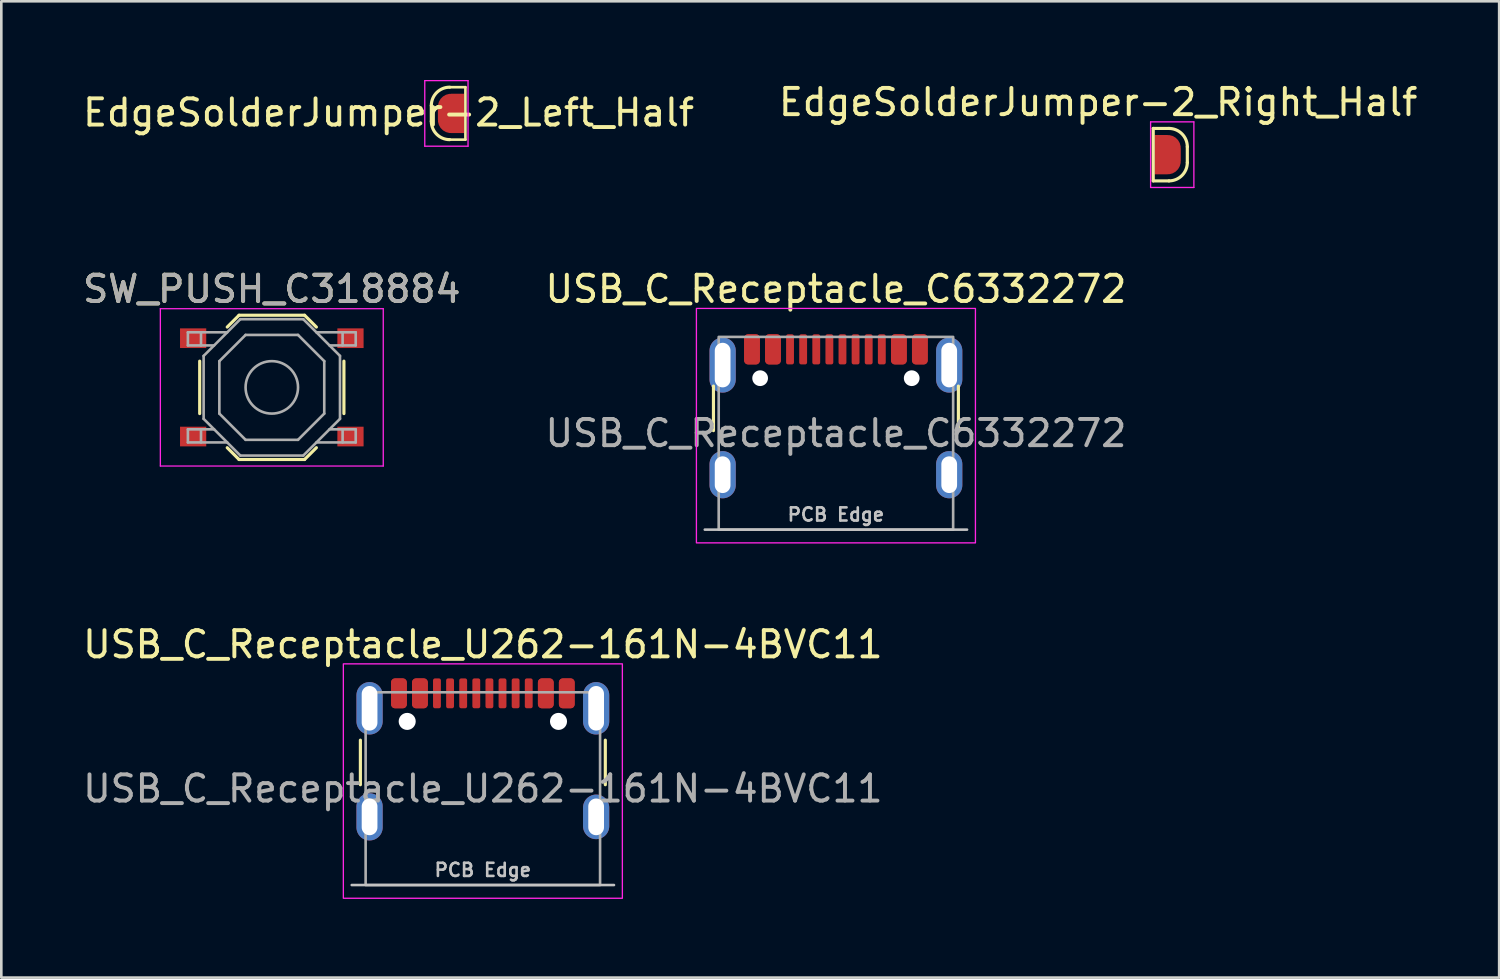
<source format=kicad_pcb>
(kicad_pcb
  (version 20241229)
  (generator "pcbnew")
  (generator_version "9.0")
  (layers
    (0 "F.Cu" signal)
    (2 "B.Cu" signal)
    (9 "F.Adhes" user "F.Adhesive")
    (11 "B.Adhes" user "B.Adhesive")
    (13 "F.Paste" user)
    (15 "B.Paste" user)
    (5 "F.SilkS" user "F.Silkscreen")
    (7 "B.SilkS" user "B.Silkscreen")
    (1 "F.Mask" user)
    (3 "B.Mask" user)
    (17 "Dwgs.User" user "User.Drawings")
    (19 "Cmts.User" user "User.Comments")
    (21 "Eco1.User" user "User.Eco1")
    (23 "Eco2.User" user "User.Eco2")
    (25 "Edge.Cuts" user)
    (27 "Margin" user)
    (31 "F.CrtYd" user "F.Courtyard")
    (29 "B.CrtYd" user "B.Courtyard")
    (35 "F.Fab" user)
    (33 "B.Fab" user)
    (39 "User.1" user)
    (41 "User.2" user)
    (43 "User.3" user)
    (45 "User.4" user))
  (footprint "USB_C_Receptacle_U262-161N-4BVC11"
    (layer "F.Cu")
    (at 15.363 27.025)
    (property "Reference" "USB_C_Receptacle_U262-161N-4BVC11" (at 0 -5.5 0) (unlocked yes) (layer "F.SilkS") (effects (font (size 1 1) (thickness 0.15))))
    (attr smd)
    (fp_line (start -4.67 -0.15) (end -4.67 -1.85) (stroke (width 0.12) (type solid)) (layer "F.SilkS"))
    (fp_line (start 4.67 -0.15) (end 4.67 -1.85) (stroke (width 0.12) (type solid)) (layer "F.SilkS"))
    (fp_line (start 5 3.675) (end -5 3.675) (stroke (width 0.1) (type solid)) (layer "Dwgs.User"))
    (fp_rect (start -5.32 -4.76) (end 5.32 4.18) (stroke (width 0.05) (type solid)) (fill no) (layer "F.CrtYd"))
    (fp_rect (start -4.47 -3.675) (end 4.47 3.675) (stroke (width 0.1) (type solid)) (fill no) (layer "F.Fab"))
    (fp_text user "PCB Edge" (at 0 3.1 0) (unlocked yes) (layer "Dwgs.User") (effects (font (size 0.5 0.5) (thickness 0.1))))
    (fp_text user "${REFERENCE}" (at 0 0 0) (unlocked yes) (layer "F.Fab") (effects (font (size 1 1) (thickness 0.15))))
    (pad "" np_thru_hole circle (at -2.885 -2.565) (size 0.65 0.65) (drill 0.65) (layers "*.Cu" "B.Mask"))
    (pad "" np_thru_hole circle (at 2.885 -2.565) (size 0.65 0.65) (drill 0.65) (layers "*.Cu" "*.Mask"))
    (pad "A1" smd roundrect (at -3.2 -3.635) (size 0.6 1.14) (layers "F.Cu" "F.Mask" "F.Paste") (roundrect_rratio 0.25))
    (pad "A4" smd roundrect (at -2.4 -3.635) (size 0.6 1.14) (layers "F.Cu" "F.Mask" "F.Paste") (roundrect_rratio 0.25))
    (pad "A5" smd roundrect (at -1.25 -3.635) (size 0.3 1.14) (layers "F.Cu" "F.Mask" "F.Paste") (roundrect_rratio 0.25))
    (pad "A6" smd roundrect (at -0.25 -3.635) (size 0.3 1.14) (layers "F.Cu" "F.Mask" "F.Paste") (roundrect_rratio 0.25))
    (pad "A7" smd roundrect (at 0.25 -3.635) (size 0.3 1.14) (layers "F.Cu" "F.Mask" "F.Paste") (roundrect_rratio 0.25))
    (pad "A8" smd roundrect (at 1.25 -3.635) (size 0.3 1.14) (layers "F.Cu" "F.Mask" "F.Paste") (roundrect_rratio 0.25))
    (pad "A9" smd roundrect (at 2.4 -3.635) (size 0.6 1.14) (layers "F.Cu" "F.Mask" "F.Paste") (roundrect_rratio 0.25))
    (pad "A12" smd roundrect (at 3.2 -3.635) (size 0.6 1.14) (layers "F.Cu" "F.Mask" "F.Paste") (roundrect_rratio 0.25))
    (pad "B1" smd roundrect (at 3.2 -3.635) (size 0.6 1.14) (layers "F.Cu" "F.Mask" "F.Paste") (roundrect_rratio 0.25))
    (pad "B4" smd roundrect (at 2.4 -3.635) (size 0.6 1.14) (layers "F.Cu" "F.Mask" "F.Paste") (roundrect_rratio 0.25))
    (pad "B5" smd roundrect (at 1.75 -3.635) (size 0.3 1.14) (layers "F.Cu" "F.Mask" "F.Paste") (roundrect_rratio 0.25))
    (pad "B6" smd roundrect (at 0.75 -3.635) (size 0.3 1.14) (layers "F.Cu" "F.Mask" "F.Paste") (roundrect_rratio 0.25))
    (pad "B7" smd roundrect (at -0.75 -3.635) (size 0.3 1.14) (layers "F.Cu" "F.Mask" "F.Paste") (roundrect_rratio 0.25))
    (pad "B8" smd roundrect (at -1.75 -3.635) (size 0.3 1.14) (layers "F.Cu" "F.Mask" "F.Paste") (roundrect_rratio 0.25))
    (pad "B9" smd roundrect (at -2.4 -3.635) (size 0.6 1.14) (layers "F.Cu" "F.Mask" "F.Paste") (roundrect_rratio 0.25))
    (pad "B12" smd roundrect (at -3.2 -3.635) (size 0.6 1.14) (layers "F.Cu" "F.Mask" "F.Paste") (roundrect_rratio 0.25))
    (pad "S1" thru_hole oval (at -4.32 -3.065) (size 1 2) (drill oval 0.6 1.7) (layers "*.Cu" "*.Mask" "F.Paste"))
    (pad "S1" thru_hole oval (at -4.32 1.075) (size 1 1.8) (drill oval 0.6 1.4) (layers "*.Cu" "*.Mask" "F.Paste"))
    (pad "S1" thru_hole oval (at 4.32 -3.065) (size 1 2) (drill oval 0.6 1.7) (layers "*.Cu" "*.Mask" "F.Paste"))
    (pad "S1" thru_hole oval (at 4.32 1.075) (size 1 1.7) (drill oval 0.6 1.4) (layers "*.Cu" "*.Mask" "F.Paste")))
  (footprint "USB_C_Receptacle_C6332272"
    (layer "F.Cu")
    (at 28.827 13.472)
    (property "Reference" "USB_C_Receptacle_C6332272" (at 0 -5.5 0) (unlocked yes) (layer "F.SilkS") (effects (font (size 1 1) (thickness 0.15))))
    (attr smd)
    (fp_line (start -4.67 -0.1) (end -4.67 -1.8) (stroke (width 0.12) (type solid)) (layer "F.SilkS"))
    (fp_line (start 4.67 -0.1) (end 4.67 -1.8) (stroke (width 0.12) (type solid)) (layer "F.SilkS"))
    (fp_line (start 5 3.675) (end -5 3.675) (stroke (width 0.1) (type solid)) (layer "Dwgs.User"))
    (fp_rect (start -5.32 -4.76) (end 5.32 4.18) (stroke (width 0.05) (type solid)) (fill no) (layer "F.CrtYd"))
    (fp_rect (start -4.47 -3.675) (end 4.47 3.675) (stroke (width 0.1) (type solid)) (fill no) (layer "F.Fab"))
    (fp_text user "PCB Edge" (at 0 3.1 0) (unlocked yes) (layer "Dwgs.User") (effects (font (size 0.5 0.5) (thickness 0.1))))
    (fp_text user "${REFERENCE}" (at 0 0 0) (unlocked yes) (layer "F.Fab") (effects (font (size 1 1) (thickness 0.15))))
    (pad "" np_thru_hole circle (at -2.89 -2.1) (size 0.6 0.6) (drill 0.65) (layers "*.Cu" "*.Mask"))
    (pad "" np_thru_hole circle (at 2.89 -2.1) (size 0.6 0.6) (drill 0.65) (layers "*.Cu" "*.Mask"))
    (pad "A1" smd roundrect (at -3.2 -3.2) (size 0.6 1.15) (layers "F.Cu" "F.Mask" "F.Paste") (roundrect_rratio 0.25))
    (pad "A4" smd roundrect (at -2.4 -3.2) (size 0.6 1.15) (layers "F.Cu" "F.Mask" "F.Paste") (roundrect_rratio 0.25))
    (pad "A5" smd roundrect (at -1.25 -3.2) (size 0.3 1.15) (layers "F.Cu" "F.Mask" "F.Paste") (roundrect_rratio 0.25))
    (pad "A6" smd roundrect (at -0.25 -3.2) (size 0.3 1.15) (layers "F.Cu" "F.Mask" "F.Paste") (roundrect_rratio 0.25))
    (pad "A7" smd roundrect (at 0.25 -3.2) (size 0.3 1.15) (layers "F.Cu" "F.Mask" "F.Paste") (roundrect_rratio 0.25))
    (pad "A8" smd roundrect (at 1.25 -3.2) (size 0.3 1.15) (layers "F.Cu" "F.Mask" "F.Paste") (roundrect_rratio 0.25))
    (pad "A9" smd roundrect (at 2.4 -3.2) (size 0.6 1.15) (layers "F.Cu" "F.Mask" "F.Paste") (roundrect_rratio 0.25))
    (pad "A12" smd roundrect (at 3.2 -3.2) (size 0.6 1.15) (layers "F.Cu" "F.Mask" "F.Paste") (roundrect_rratio 0.25))
    (pad "B1" smd roundrect (at 3.2 -3.2) (size 0.6 1.15) (layers "F.Cu" "F.Mask" "F.Paste") (roundrect_rratio 0.25))
    (pad "B4" smd roundrect (at 2.4 -3.2) (size 0.6 1.15) (layers "F.Cu" "F.Mask" "F.Paste") (roundrect_rratio 0.25))
    (pad "B5" smd roundrect (at 1.75 -3.2) (size 0.3 1.15) (layers "F.Cu" "F.Mask" "F.Paste") (roundrect_rratio 0.25))
    (pad "B6" smd roundrect (at 0.75 -3.2) (size 0.3 1.15) (layers "F.Cu" "F.Mask" "F.Paste") (roundrect_rratio 0.25))
    (pad "B7" smd roundrect (at -0.75 -3.2) (size 0.3 1.15) (layers "F.Cu" "F.Mask" "F.Paste") (roundrect_rratio 0.25))
    (pad "B8" smd roundrect (at -1.75 -3.2) (size 0.3 1.15) (layers "F.Cu" "F.Mask" "F.Paste") (roundrect_rratio 0.25))
    (pad "B9" smd roundrect (at -2.4 -3.2) (size 0.6 1.15) (layers "F.Cu" "F.Mask" "F.Paste") (roundrect_rratio 0.25))
    (pad "B12" smd roundrect (at -3.2 -3.2) (size 0.6 1.15) (layers "F.Cu" "F.Mask" "F.Paste") (roundrect_rratio 0.25))
    (pad "S1" thru_hole oval (at -4.32 -2.6) (size 1 2.1) (drill oval 0.6 1.7) (layers "*.Cu" "*.Mask" "F.Paste"))
    (pad "S1" thru_hole oval (at -4.32 1.58) (size 1 1.8) (drill oval 0.6 1.4) (layers "*.Cu" "*.Mask" "F.Paste"))
    (pad "S1" thru_hole oval (at 4.32 -2.6) (size 1 2.1) (drill oval 0.6 1.7) (layers "*.Cu" "*.Mask" "F.Paste"))
    (pad "S1" thru_hole oval (at 4.32 1.58) (size 1 1.8) (drill oval 0.6 1.4) (layers "*.Cu" "*.Mask" "F.Paste")))
  (footprint "EdgeSolderJumper-2_Left_Half"
    (layer "F.Cu")
    (at 14.798 1.275)
    (property "Reference" "EdgeSolderJumper-2_Left_Half" (at -3.03 -0.03 0) (layer "F.SilkS") (effects (font (size 1 1) (thickness 0.15))))
    (attr exclude_from_pos_files exclude_from_bom)
    (fp_line (start -1.4 0.3) (end -1.4 -0.3) (stroke (width 0.12) (type solid)) (layer "F.SilkS"))
    (fp_line (start -0.7 1) (end -0.1 1) (stroke (width 0.1) (type default)) (layer "F.SilkS"))
    (fp_line (start -0.1 -1) (end -0.7 -1) (stroke (width 0.1) (type default)) (layer "F.SilkS"))
    (fp_line (start -0.1 1) (end -0.1 -1) (stroke (width 0.1) (type default)) (layer "F.SilkS"))
    (fp_arc (start -1.4 -0.3) (mid -1.194975 -0.794975) (end -0.7 -1) (stroke (width 0.12) (type solid)) (layer "F.SilkS"))
    (fp_arc (start -0.7 1) (mid -1.194975 0.794975) (end -1.4 0.3) (stroke (width 0.12) (type solid)) (layer "F.SilkS"))
    (fp_line (start -1.65 -1.25) (end -1.65 1.25) (stroke (width 0.05) (type solid)) (layer "F.CrtYd"))
    (fp_line (start -1.65 -1.25) (end 0 -1.25) (stroke (width 0.05) (type solid)) (layer "F.CrtYd"))
    (fp_line (start 0 1.25) (end -1.65 1.25) (stroke (width 0.05) (type solid)) (layer "F.CrtYd"))
    (fp_line (start 0 1.25) (end 0 -1.25) (stroke (width 0.05) (type solid)) (layer "F.CrtYd"))
    (pad "1" smd custom (at -0.65 0) (size 1 0.5) (layers "F.Cu" "F.Mask") (options (anchor rect)) (primitives (gr_circle (center 0 0.25) (end 0.5 0.25) (width 0) (fill yes)) (gr_circle (center 0 -0.25) (end 0.5 -0.25) (width 0) (fill yes)) (gr_poly (pts (xy 0.5 0.75) (xy 0 0.75) (xy 0 -0.75) (xy 0.5 -0.75)) (width 0) (fill yes)))))
  (footprint "EdgeSolderJumper-2_Right_Half"
    (layer "F.Cu")
    (at 40.827 2.848)
    (property "Reference" "EdgeSolderJumper-2_Right_Half" (at -2 -2 0) (layer "F.SilkS") (effects (font (size 1 1) (thickness 0.15))))
    (attr exclude_from_pos_files exclude_from_bom)
    (fp_line (start 0.1 -1) (end 0.7 -1) (stroke (width 0.12) (type solid)) (layer "F.SilkS"))
    (fp_line (start 0.1 1) (end 0.1 -1) (stroke (width 0.12) (type solid)) (layer "F.SilkS"))
    (fp_line (start 0.7 1) (end 0.1 1) (stroke (width 0.12) (type solid)) (layer "F.SilkS"))
    (fp_line (start 1.4 -0.3) (end 1.4 0.3) (stroke (width 0.12) (type solid)) (layer "F.SilkS"))
    (fp_arc (start 0.7 -1) (mid 1.194975 -0.794975) (end 1.4 -0.3) (stroke (width 0.12) (type solid)) (layer "F.SilkS"))
    (fp_arc (start 1.4 0.3) (mid 1.194975 0.794975) (end 0.7 1) (stroke (width 0.12) (type solid)) (layer "F.SilkS"))
    (fp_line (start 0 -1.25) (end 0 1.25) (stroke (width 0.05) (type solid)) (layer "F.CrtYd"))
    (fp_line (start 0 -1.25) (end 1.65 -1.25) (stroke (width 0.05) (type solid)) (layer "F.CrtYd"))
    (fp_line (start 1.65 1.25) (end 0 1.25) (stroke (width 0.05) (type solid)) (layer "F.CrtYd"))
    (fp_line (start 1.65 1.25) (end 1.65 -1.25) (stroke (width 0.05) (type solid)) (layer "F.CrtYd"))
    (pad "2" smd custom (at 0.65 0) (size 1 0.5) (layers "F.Cu" "F.Mask") (options (anchor rect)) (primitives (gr_circle (center 0 0.25) (end 0.5 0.25) (width 0) (fill yes)) (gr_circle (center 0 -0.25) (end 0.5 -0.25) (width 0) (fill yes)) (gr_poly (pts (xy 0 0.75) (xy -0.5 0.75) (xy -0.5 -0.75) (xy 0 -0.75)) (width 0) (fill yes)))))
  (footprint "SW_PUSH_C318884"
    (layer "F.Cu")
    (at 7.315 11.722)
    (property "Reference" "SW_PUSH_C318884" (at 0 -3.75 0) (layer "F.SilkS") (effects (font (size 1 1) (thickness 0.15))))
    (attr smd)
    (fp_line (start -2.75 -1) (end -2.75 1) (stroke (width 0.12) (type solid)) (layer "F.SilkS"))
    (fp_line (start -1.7 -2.3) (end -1.25 -2.75) (stroke (width 0.12) (type solid)) (layer "F.SilkS"))
    (fp_line (start -1.7 2.3) (end -1.25 2.75) (stroke (width 0.12) (type solid)) (layer "F.SilkS"))
    (fp_line (start -1.25 -2.75) (end 1.25 -2.75) (stroke (width 0.12) (type solid)) (layer "F.SilkS"))
    (fp_line (start -1.25 2.75) (end 1.25 2.75) (stroke (width 0.12) (type solid)) (layer "F.SilkS"))
    (fp_line (start 1.7 -2.3) (end 1.25 -2.75) (stroke (width 0.12) (type solid)) (layer "F.SilkS"))
    (fp_line (start 1.7 2.3) (end 1.25 2.75) (stroke (width 0.12) (type solid)) (layer "F.SilkS"))
    (fp_line (start 2.75 -1) (end 2.75 1) (stroke (width 0.12) (type solid)) (layer "F.SilkS"))
    (fp_line (start -4.25 -3) (end 4.25 -3) (stroke (width 0.05) (type solid)) (layer "F.CrtYd"))
    (fp_line (start -4.25 3) (end -4.25 -3) (stroke (width 0.05) (type solid)) (layer "F.CrtYd"))
    (fp_line (start 4.25 -3) (end 4.25 3) (stroke (width 0.05) (type solid)) (layer "F.CrtYd"))
    (fp_line (start 4.25 3) (end -4.25 3) (stroke (width 0.05) (type solid)) (layer "F.CrtYd"))
    (fp_line (start -3.2 -2.1) (end -3.2 -1.6) (stroke (width 0.1) (type solid)) (layer "F.Fab"))
    (fp_line (start -3.2 -1.6) (end -2.2 -1.6) (stroke (width 0.1) (type solid)) (layer "F.Fab"))
    (fp_line (start -3.2 1.6) (end -2.2 1.6) (stroke (width 0.1) (type solid)) (layer "F.Fab"))
    (fp_line (start -3.2 2.1) (end -3.2 1.6) (stroke (width 0.1) (type solid)) (layer "F.Fab"))
    (fp_line (start -2.7 -2.1) (end -2.7 -1.6) (stroke (width 0.1) (type solid)) (layer "F.Fab"))
    (fp_line (start -2.7 2.1) (end -2.7 1.6) (stroke (width 0.1) (type solid)) (layer "F.Fab"))
    (fp_line (start -2.6 -1.2) (end -2.6 1.2) (stroke (width 0.1) (type solid)) (layer "F.Fab"))
    (fp_line (start -2.6 1.2) (end -1.2 2.6) (stroke (width 0.1) (type solid)) (layer "F.Fab"))
    (fp_line (start -2 -1) (end -1 -2) (stroke (width 0.1) (type solid)) (layer "F.Fab"))
    (fp_line (start -2 1) (end -2 -1) (stroke (width 0.1) (type solid)) (layer "F.Fab"))
    (fp_line (start -1.7 -2.1) (end -3.2 -2.1) (stroke (width 0.1) (type solid)) (layer "F.Fab"))
    (fp_line (start -1.7 2.1) (end -3.2 2.1) (stroke (width 0.1) (type solid)) (layer "F.Fab"))
    (fp_line (start -1.2 -2.6) (end -2.6 -1.2) (stroke (width 0.1) (type solid)) (layer "F.Fab"))
    (fp_line (start -1.2 2.6) (end 1.2 2.6) (stroke (width 0.1) (type solid)) (layer "F.Fab"))
    (fp_line (start -1 -2) (end 1 -2) (stroke (width 0.1) (type solid)) (layer "F.Fab"))
    (fp_line (start -1 2) (end -2 1) (stroke (width 0.1) (type solid)) (layer "F.Fab"))
    (fp_line (start 1 -2) (end 2 -1) (stroke (width 0.1) (type solid)) (layer "F.Fab"))
    (fp_line (start 1 2) (end -1 2) (stroke (width 0.1) (type solid)) (layer "F.Fab"))
    (fp_line (start 1.2 -2.6) (end -1.2 -2.6) (stroke (width 0.1) (type solid)) (layer "F.Fab"))
    (fp_line (start 1.2 2.6) (end 2.6 1.2) (stroke (width 0.1) (type solid)) (layer "F.Fab"))
    (fp_line (start 1.7 -2.1) (end 3.2 -2.1) (stroke (width 0.1) (type solid)) (layer "F.Fab"))
    (fp_line (start 1.7 2.1) (end 3.2 2.1) (stroke (width 0.1) (type solid)) (layer "F.Fab"))
    (fp_line (start 2 -1) (end 2 1) (stroke (width 0.1) (type solid)) (layer "F.Fab"))
    (fp_line (start 2 1) (end 1 2) (stroke (width 0.1) (type solid)) (layer "F.Fab"))
    (fp_line (start 2.6 -1.2) (end 1.2 -2.6) (stroke (width 0.1) (type solid)) (layer "F.Fab"))
    (fp_line (start 2.6 1.2) (end 2.6 -1.2) (stroke (width 0.1) (type solid)) (layer "F.Fab"))
    (fp_line (start 2.7 -2.1) (end 2.7 -1.6) (stroke (width 0.1) (type solid)) (layer "F.Fab"))
    (fp_line (start 2.7 2.1) (end 2.7 1.6) (stroke (width 0.1) (type solid)) (layer "F.Fab"))
    (fp_line (start 3.2 -2.1) (end 3.2 -1.6) (stroke (width 0.1) (type solid)) (layer "F.Fab"))
    (fp_line (start 3.2 -1.6) (end 2.2 -1.6) (stroke (width 0.1) (type solid)) (layer "F.Fab"))
    (fp_line (start 3.2 1.6) (end 2.2 1.6) (stroke (width 0.1) (type solid)) (layer "F.Fab"))
    (fp_line (start 3.2 2.1) (end 3.2 1.6) (stroke (width 0.1) (type solid)) (layer "F.Fab"))
    (fp_circle (center 0 0) (end 1 0) (stroke (width 0.1) (type solid)) (fill no) (layer "F.Fab"))
    (fp_text user "${REFERENCE}" (at 0 -3.75 0) (layer "F.Fab") (effects (font (size 1 1) (thickness 0.15))))
    (pad "1" smd rect (at -3 -1.875) (size 1 0.75) (layers "F.Cu" "F.Mask" "F.Paste"))
    (pad "1" smd rect (at 3 -1.875) (size 1 0.75) (layers "F.Cu" "F.Mask" "F.Paste"))
    (pad "2" smd rect (at -3 1.875) (size 1 0.75) (layers "F.Cu" "F.Mask" "F.Paste"))
    (pad "2" smd rect (at 3 1.875) (size 1 0.75) (layers "F.Cu" "F.Mask" "F.Paste")))
  (gr_rect
    (start -3 -3)
    (end 54.119 34.23)
    (stroke (width 0.1) (type default))
    (fill no)
    (layer "Edge.Cuts")))
</source>
